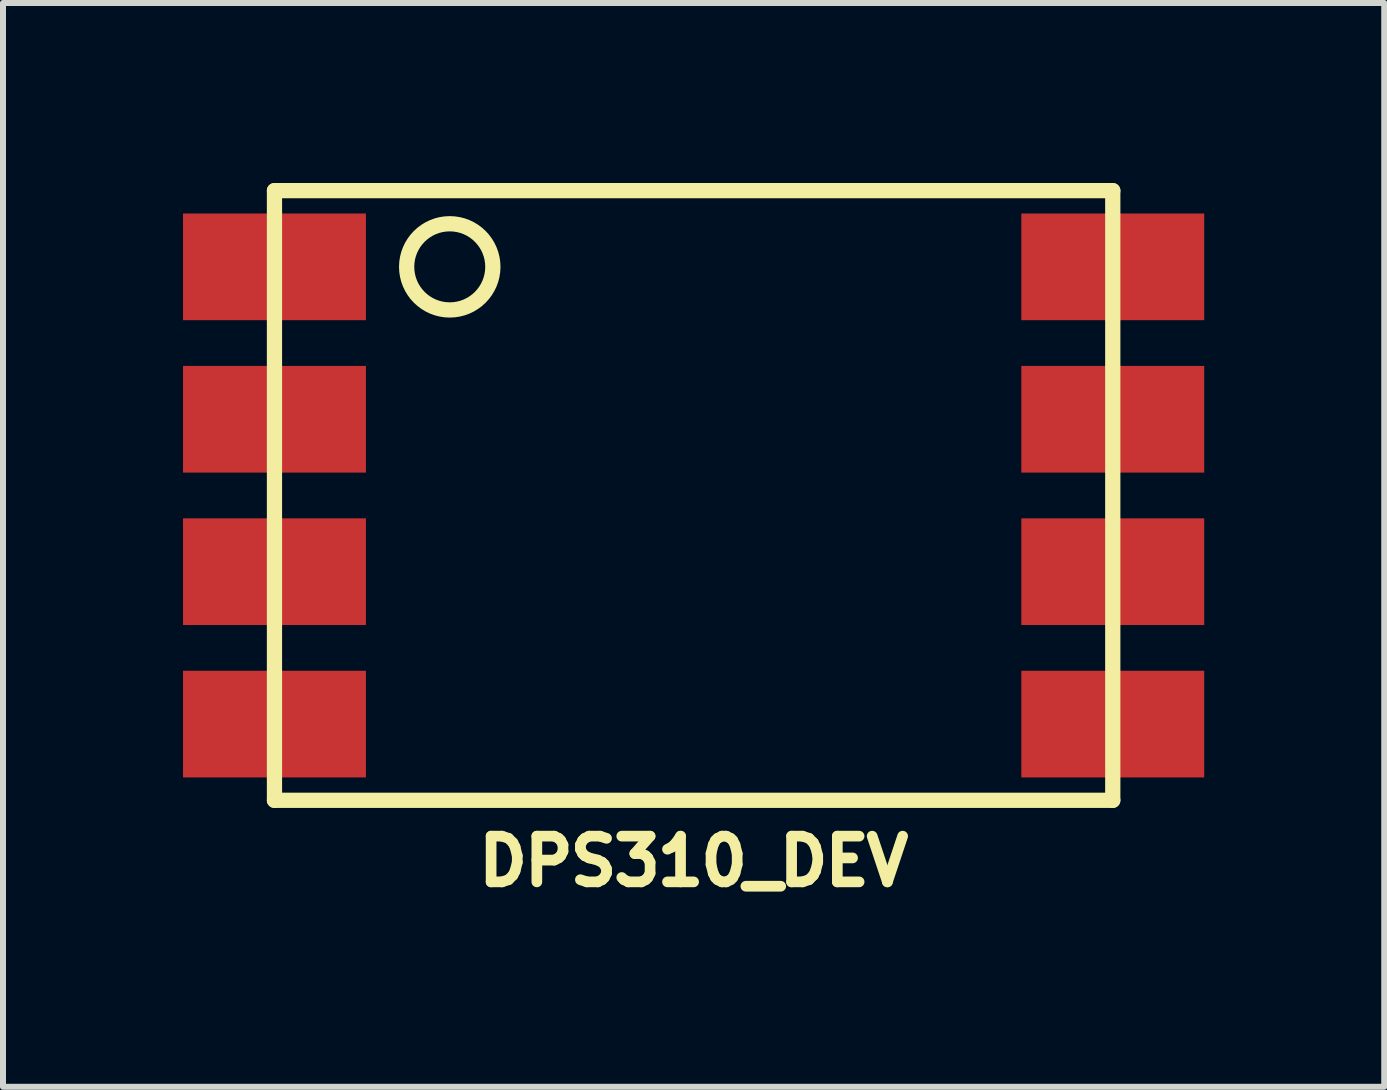
<source format=kicad_pcb>
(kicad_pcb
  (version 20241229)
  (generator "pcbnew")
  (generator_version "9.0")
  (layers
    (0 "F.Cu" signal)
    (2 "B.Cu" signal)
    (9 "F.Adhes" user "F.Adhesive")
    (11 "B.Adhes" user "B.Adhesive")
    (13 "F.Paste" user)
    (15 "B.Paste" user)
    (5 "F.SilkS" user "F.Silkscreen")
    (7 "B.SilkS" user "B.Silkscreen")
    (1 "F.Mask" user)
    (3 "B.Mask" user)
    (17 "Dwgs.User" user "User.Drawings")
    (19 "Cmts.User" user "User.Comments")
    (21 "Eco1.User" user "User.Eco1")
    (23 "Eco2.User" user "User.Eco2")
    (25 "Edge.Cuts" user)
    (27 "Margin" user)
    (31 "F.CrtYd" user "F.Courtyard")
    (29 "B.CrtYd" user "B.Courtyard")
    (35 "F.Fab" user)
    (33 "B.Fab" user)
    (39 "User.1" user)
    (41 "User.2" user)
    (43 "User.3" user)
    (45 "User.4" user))
  (footprint "DPS310_DEV"
    (layer "F.Cu")
    (at 8.509 5.207)
    (property "Reference" "DPS310_DEV" (at 0 6.096 0) (layer "F.SilkS") (effects (font (size 0.762 0.762) (thickness 0.178))))
    (attr through_hole)
    (fp_line (start -6.985 -5.08) (end -6.985 5.08) (stroke (width 0.254) (type solid)) (layer "F.SilkS"))
    (fp_line (start -6.985 5.08) (end 6.985 5.08) (stroke (width 0.254) (type solid)) (layer "F.SilkS"))
    (fp_line (start 6.985 -5.08) (end -6.985 -5.08) (stroke (width 0.254) (type solid)) (layer "F.SilkS"))
    (fp_line (start 6.985 5.08) (end 6.985 -5.08) (stroke (width 0.254) (type solid)) (layer "F.SilkS"))
    (fp_circle (center -4.064 -3.81) (end -3.556 -3.302) (stroke (width 0.254) (type solid)) (fill no) (layer "F.SilkS"))
    (pad "1" smd rect (at -6.985 -3.81) (size 3.048 1.778) (layers "F.Cu" "F.Mask" "F.Paste"))
    (pad "2" smd rect (at -6.985 -1.27) (size 3.048 1.778) (layers "F.Cu" "F.Mask" "F.Paste"))
    (pad "3" smd rect (at -6.985 1.27) (size 3.048 1.778) (layers "F.Cu" "F.Mask" "F.Paste"))
    (pad "4" smd rect (at -6.985 3.81) (size 3.048 1.778) (layers "F.Cu" "F.Mask" "F.Paste"))
    (pad "5" smd rect (at 6.985 3.81) (size 3.048 1.778) (layers "F.Cu" "F.Mask" "F.Paste"))
    (pad "6" smd rect (at 6.985 1.27) (size 3.048 1.778) (layers "F.Cu" "F.Mask" "F.Paste"))
    (pad "7" smd rect (at 6.985 -1.27) (size 3.048 1.778) (layers "F.Cu" "F.Mask" "F.Paste"))
    (pad "8" smd rect (at 6.985 -3.81) (size 3.048 1.778) (layers "F.Cu" "F.Mask" "F.Paste")))
  (gr_rect
    (start -3 -3)
    (end 20.018 15.061)
    (stroke (width 0.1) (type default))
    (fill no)
    (layer "Edge.Cuts")))
</source>
